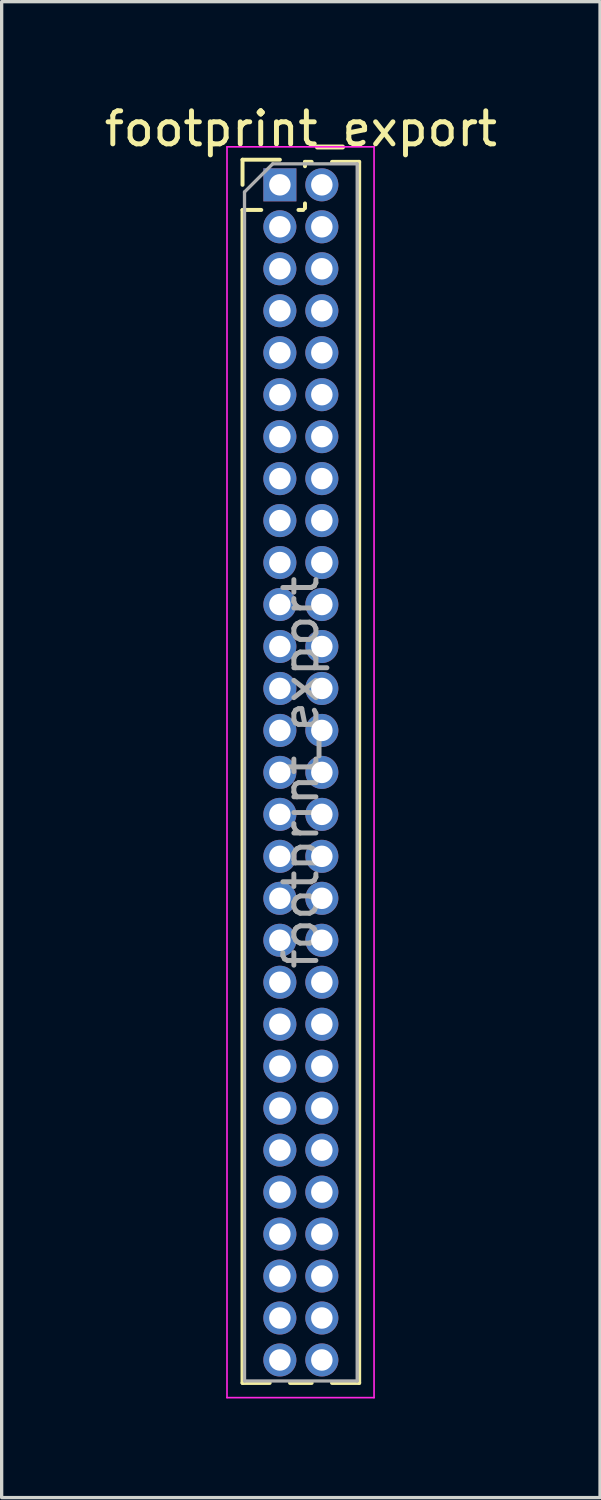
<source format=kicad_pcb>
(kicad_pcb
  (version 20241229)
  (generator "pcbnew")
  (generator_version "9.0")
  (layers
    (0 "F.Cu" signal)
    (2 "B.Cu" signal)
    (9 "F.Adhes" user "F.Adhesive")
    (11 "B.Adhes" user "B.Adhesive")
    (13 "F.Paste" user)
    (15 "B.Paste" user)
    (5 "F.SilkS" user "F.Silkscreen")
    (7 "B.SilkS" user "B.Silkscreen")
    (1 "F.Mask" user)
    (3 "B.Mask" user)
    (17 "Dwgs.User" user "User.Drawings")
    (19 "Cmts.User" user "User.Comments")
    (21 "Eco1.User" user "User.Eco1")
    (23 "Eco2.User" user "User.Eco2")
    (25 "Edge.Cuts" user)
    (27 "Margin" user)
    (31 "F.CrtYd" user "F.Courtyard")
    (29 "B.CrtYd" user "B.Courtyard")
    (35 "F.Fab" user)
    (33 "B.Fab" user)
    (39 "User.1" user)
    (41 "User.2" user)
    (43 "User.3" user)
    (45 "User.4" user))
  (footprint "footprint_export"
    (layer "F.Cu")
    (at 5.419 2.543)
    (property "Reference" "footprint_export" (at 0.635 -1.695 0) (layer "F.SilkS") (effects (font (size 1 1) (thickness 0.15))))
    (attr through_hole)
    (fp_line (start -1.13 -0.76) (end 0 -0.76) (stroke (width 0.12) (type solid)) (layer "F.SilkS"))
    (fp_line (start -1.13 0) (end -1.13 -0.76) (stroke (width 0.12) (type solid)) (layer "F.SilkS"))
    (fp_line (start -1.13 0.76) (end -1.13 36.255) (stroke (width 0.12) (type solid)) (layer "F.SilkS"))
    (fp_line (start -1.13 0.76) (end -0.563 0.76) (stroke (width 0.12) (type solid)) (layer "F.SilkS"))
    (fp_line (start -1.13 36.255) (end -0.308 36.255) (stroke (width 0.12) (type solid)) (layer "F.SilkS"))
    (fp_line (start 0.308 36.255) (end 0.962 36.255) (stroke (width 0.12) (type solid)) (layer "F.SilkS"))
    (fp_line (start 0.563 0.76) (end 0.707 0.76) (stroke (width 0.12) (type solid)) (layer "F.SilkS"))
    (fp_line (start 0.76 -0.695) (end 0.962 -0.695) (stroke (width 0.12) (type solid)) (layer "F.SilkS"))
    (fp_line (start 0.76 -0.563) (end 0.76 -0.695) (stroke (width 0.12) (type solid)) (layer "F.SilkS"))
    (fp_line (start 0.76 0.707) (end 0.76 0.563) (stroke (width 0.12) (type solid)) (layer "F.SilkS"))
    (fp_line (start 1.578 -0.695) (end 2.4 -0.695) (stroke (width 0.12) (type solid)) (layer "F.SilkS"))
    (fp_line (start 1.578 36.255) (end 2.4 36.255) (stroke (width 0.12) (type solid)) (layer "F.SilkS"))
    (fp_line (start 2.4 -0.695) (end 2.4 36.255) (stroke (width 0.12) (type solid)) (layer "F.SilkS"))
    (fp_line (start -1.6 -1.15) (end -1.6 36.7) (stroke (width 0.05) (type solid)) (layer "F.CrtYd"))
    (fp_line (start -1.6 36.7) (end 2.85 36.7) (stroke (width 0.05) (type solid)) (layer "F.CrtYd"))
    (fp_line (start 2.85 -1.15) (end -1.6 -1.15) (stroke (width 0.05) (type solid)) (layer "F.CrtYd"))
    (fp_line (start 2.85 36.7) (end 2.85 -1.15) (stroke (width 0.05) (type solid)) (layer "F.CrtYd"))
    (fp_line (start -1.07 0.217) (end -0.217 -0.635) (stroke (width 0.1) (type solid)) (layer "F.Fab"))
    (fp_line (start -1.07 36.195) (end -1.07 0.217) (stroke (width 0.1) (type solid)) (layer "F.Fab"))
    (fp_line (start -0.217 -0.635) (end 2.34 -0.635) (stroke (width 0.1) (type solid)) (layer "F.Fab"))
    (fp_line (start 2.34 -0.635) (end 2.34 36.195) (stroke (width 0.1) (type solid)) (layer "F.Fab"))
    (fp_line (start 2.34 36.195) (end -1.07 36.195) (stroke (width 0.1) (type solid)) (layer "F.Fab"))
    (fp_text user "${REFERENCE}" (at 0.635 17.78 90) (layer "F.Fab") (effects (font (size 1 1) (thickness 0.15))))
    (pad "1" thru_hole rect (at 0 0) (size 1 1) (drill 0.65) (layers "*.Cu" "*.Mask"))
    (pad "2" thru_hole oval (at 1.27 0) (size 1 1) (drill 0.65) (layers "*.Cu" "*.Mask"))
    (pad "3" thru_hole oval (at 0 1.27) (size 1 1) (drill 0.65) (layers "*.Cu" "*.Mask"))
    (pad "4" thru_hole oval (at 1.27 1.27) (size 1 1) (drill 0.65) (layers "*.Cu" "*.Mask"))
    (pad "5" thru_hole oval (at 0 2.54) (size 1 1) (drill 0.65) (layers "*.Cu" "*.Mask"))
    (pad "6" thru_hole oval (at 1.27 2.54) (size 1 1) (drill 0.65) (layers "*.Cu" "*.Mask"))
    (pad "7" thru_hole oval (at 0 3.81) (size 1 1) (drill 0.65) (layers "*.Cu" "*.Mask"))
    (pad "8" thru_hole oval (at 1.27 3.81) (size 1 1) (drill 0.65) (layers "*.Cu" "*.Mask"))
    (pad "9" thru_hole oval (at 0 5.08) (size 1 1) (drill 0.65) (layers "*.Cu" "*.Mask"))
    (pad "10" thru_hole oval (at 1.27 5.08) (size 1 1) (drill 0.65) (layers "*.Cu" "*.Mask"))
    (pad "11" thru_hole oval (at 0 6.35) (size 1 1) (drill 0.65) (layers "*.Cu" "*.Mask"))
    (pad "12" thru_hole oval (at 1.27 6.35) (size 1 1) (drill 0.65) (layers "*.Cu" "*.Mask"))
    (pad "13" thru_hole oval (at 0 7.62) (size 1 1) (drill 0.65) (layers "*.Cu" "*.Mask"))
    (pad "14" thru_hole oval (at 1.27 7.62) (size 1 1) (drill 0.65) (layers "*.Cu" "*.Mask"))
    (pad "15" thru_hole oval (at 0 8.89) (size 1 1) (drill 0.65) (layers "*.Cu" "*.Mask"))
    (pad "16" thru_hole oval (at 1.27 8.89) (size 1 1) (drill 0.65) (layers "*.Cu" "*.Mask"))
    (pad "17" thru_hole oval (at 0 10.16) (size 1 1) (drill 0.65) (layers "*.Cu" "*.Mask"))
    (pad "18" thru_hole oval (at 1.27 10.16) (size 1 1) (drill 0.65) (layers "*.Cu" "*.Mask"))
    (pad "19" thru_hole oval (at 0 11.43) (size 1 1) (drill 0.65) (layers "*.Cu" "*.Mask"))
    (pad "20" thru_hole oval (at 1.27 11.43) (size 1 1) (drill 0.65) (layers "*.Cu" "*.Mask"))
    (pad "21" thru_hole oval (at 0 12.7) (size 1 1) (drill 0.65) (layers "*.Cu" "*.Mask"))
    (pad "22" thru_hole oval (at 1.27 12.7) (size 1 1) (drill 0.65) (layers "*.Cu" "*.Mask"))
    (pad "23" thru_hole oval (at 0 13.97) (size 1 1) (drill 0.65) (layers "*.Cu" "*.Mask"))
    (pad "24" thru_hole oval (at 1.27 13.97) (size 1 1) (drill 0.65) (layers "*.Cu" "*.Mask"))
    (pad "25" thru_hole oval (at 0 15.24) (size 1 1) (drill 0.65) (layers "*.Cu" "*.Mask"))
    (pad "26" thru_hole oval (at 1.27 15.24) (size 1 1) (drill 0.65) (layers "*.Cu" "*.Mask"))
    (pad "27" thru_hole oval (at 0 16.51) (size 1 1) (drill 0.65) (layers "*.Cu" "*.Mask"))
    (pad "28" thru_hole oval (at 1.27 16.51) (size 1 1) (drill 0.65) (layers "*.Cu" "*.Mask"))
    (pad "29" thru_hole oval (at 0 17.78) (size 1 1) (drill 0.65) (layers "*.Cu" "*.Mask"))
    (pad "30" thru_hole oval (at 1.27 17.78) (size 1 1) (drill 0.65) (layers "*.Cu" "*.Mask"))
    (pad "31" thru_hole oval (at 0 19.05) (size 1 1) (drill 0.65) (layers "*.Cu" "*.Mask"))
    (pad "32" thru_hole oval (at 1.27 19.05) (size 1 1) (drill 0.65) (layers "*.Cu" "*.Mask"))
    (pad "33" thru_hole oval (at 0 20.32) (size 1 1) (drill 0.65) (layers "*.Cu" "*.Mask"))
    (pad "34" thru_hole oval (at 1.27 20.32) (size 1 1) (drill 0.65) (layers "*.Cu" "*.Mask"))
    (pad "35" thru_hole oval (at 0 21.59) (size 1 1) (drill 0.65) (layers "*.Cu" "*.Mask"))
    (pad "36" thru_hole oval (at 1.27 21.59) (size 1 1) (drill 0.65) (layers "*.Cu" "*.Mask"))
    (pad "37" thru_hole oval (at 0 22.86) (size 1 1) (drill 0.65) (layers "*.Cu" "*.Mask"))
    (pad "38" thru_hole oval (at 1.27 22.86) (size 1 1) (drill 0.65) (layers "*.Cu" "*.Mask"))
    (pad "39" thru_hole oval (at 0 24.13) (size 1 1) (drill 0.65) (layers "*.Cu" "*.Mask"))
    (pad "40" thru_hole oval (at 1.27 24.13) (size 1 1) (drill 0.65) (layers "*.Cu" "*.Mask"))
    (pad "41" thru_hole oval (at 0 25.4) (size 1 1) (drill 0.65) (layers "*.Cu" "*.Mask"))
    (pad "42" thru_hole oval (at 1.27 25.4) (size 1 1) (drill 0.65) (layers "*.Cu" "*.Mask"))
    (pad "43" thru_hole oval (at 0 26.67) (size 1 1) (drill 0.65) (layers "*.Cu" "*.Mask"))
    (pad "44" thru_hole oval (at 1.27 26.67) (size 1 1) (drill 0.65) (layers "*.Cu" "*.Mask"))
    (pad "45" thru_hole oval (at 0 27.94) (size 1 1) (drill 0.65) (layers "*.Cu" "*.Mask"))
    (pad "46" thru_hole oval (at 1.27 27.94) (size 1 1) (drill 0.65) (layers "*.Cu" "*.Mask"))
    (pad "47" thru_hole oval (at 0 29.21) (size 1 1) (drill 0.65) (layers "*.Cu" "*.Mask"))
    (pad "48" thru_hole oval (at 1.27 29.21) (size 1 1) (drill 0.65) (layers "*.Cu" "*.Mask"))
    (pad "49" thru_hole oval (at 0 30.48) (size 1 1) (drill 0.65) (layers "*.Cu" "*.Mask"))
    (pad "50" thru_hole oval (at 1.27 30.48) (size 1 1) (drill 0.65) (layers "*.Cu" "*.Mask"))
    (pad "51" thru_hole oval (at 0 31.75) (size 1 1) (drill 0.65) (layers "*.Cu" "*.Mask"))
    (pad "52" thru_hole oval (at 1.27 31.75) (size 1 1) (drill 0.65) (layers "*.Cu" "*.Mask"))
    (pad "53" thru_hole oval (at 0 33.02) (size 1 1) (drill 0.65) (layers "*.Cu" "*.Mask"))
    (pad "54" thru_hole oval (at 1.27 33.02) (size 1 1) (drill 0.65) (layers "*.Cu" "*.Mask"))
    (pad "55" thru_hole oval (at 0 34.29) (size 1 1) (drill 0.65) (layers "*.Cu" "*.Mask"))
    (pad "56" thru_hole oval (at 1.27 34.29) (size 1 1) (drill 0.65) (layers "*.Cu" "*.Mask"))
    (pad "57" thru_hole oval (at 0 35.56) (size 1 1) (drill 0.65) (layers "*.Cu" "*.Mask"))
    (pad "58" thru_hole oval (at 1.27 35.56) (size 1 1) (drill 0.65) (layers "*.Cu" "*.Mask")))
  (gr_rect
    (start -3 -3)
    (end 15.107 42.268)
    (stroke (width 0.1) (type default))
    (fill no)
    (layer "Edge.Cuts")))
</source>
